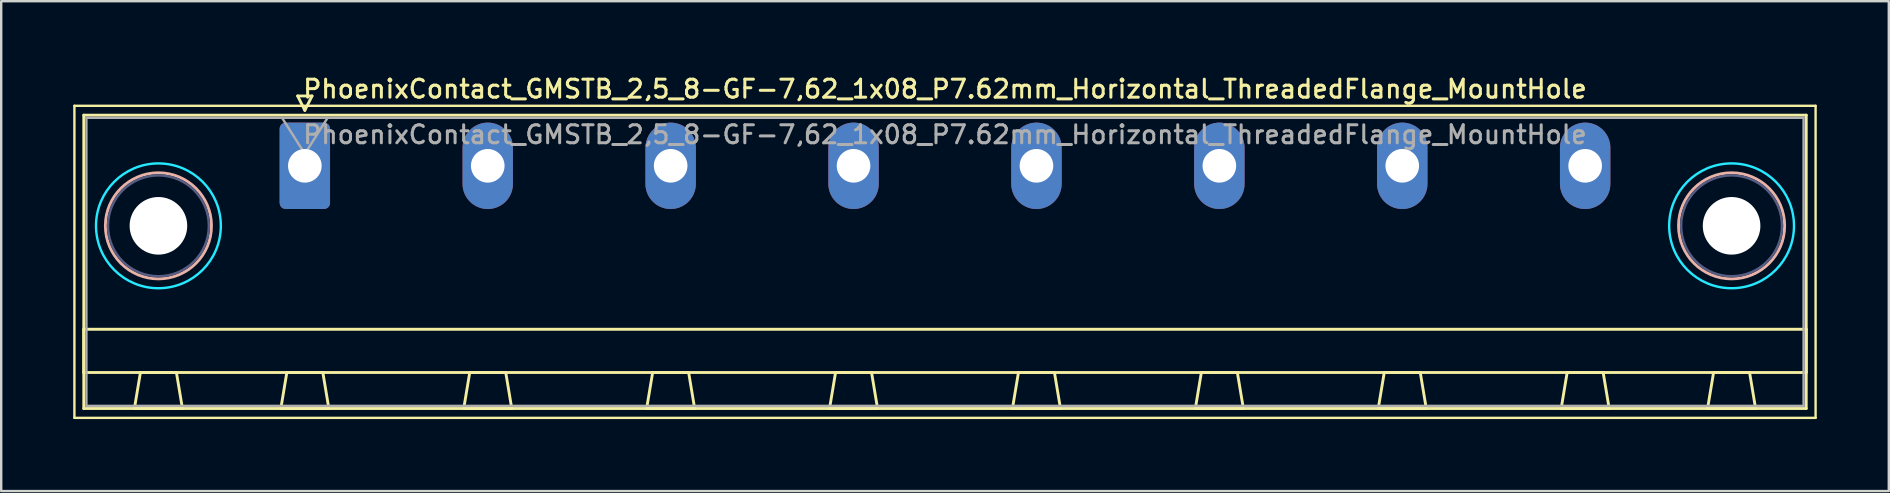
<source format=kicad_pcb>
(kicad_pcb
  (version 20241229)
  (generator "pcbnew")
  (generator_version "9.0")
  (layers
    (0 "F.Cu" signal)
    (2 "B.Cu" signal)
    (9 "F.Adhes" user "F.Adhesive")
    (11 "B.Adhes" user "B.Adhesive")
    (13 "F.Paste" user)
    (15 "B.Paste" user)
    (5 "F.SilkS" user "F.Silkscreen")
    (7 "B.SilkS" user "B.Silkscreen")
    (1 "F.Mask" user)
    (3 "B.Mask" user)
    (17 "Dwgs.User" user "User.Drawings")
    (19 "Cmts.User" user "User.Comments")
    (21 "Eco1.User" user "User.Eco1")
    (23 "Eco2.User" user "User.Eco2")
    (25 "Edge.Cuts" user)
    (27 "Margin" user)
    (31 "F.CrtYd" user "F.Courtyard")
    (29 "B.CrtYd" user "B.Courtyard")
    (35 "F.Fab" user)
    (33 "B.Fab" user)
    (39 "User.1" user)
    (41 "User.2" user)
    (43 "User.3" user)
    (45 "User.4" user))
  (footprint "PhoenixContact_GMSTB_2,5_8-GF-7,62_1x08_P7.62mm_Horizontal_ThreadedFlange_MountHole"
    (layer "F.Cu")
    (at 9.65 3.858)
    (property "Reference" "PhoenixContact_GMSTB_2,5_8-GF-7,62_1x08_P7.62mm_Horizontal_ThreadedFlange_MountHole" (at 26.67 -3.2 0) (layer "F.SilkS") (effects (font (size 0.75 0.75) (thickness 0.125))))
    (attr through_hole)
    (fp_line (start -9.6 -2.5) (end -9.6 10.5) (stroke (width 0.1) (type solid)) (layer "F.SilkS"))
    (fp_line (start -9.6 10.5) (end 62.94 10.5) (stroke (width 0.1) (type solid)) (layer "F.SilkS"))
    (fp_line (start -9.21 -2.11) (end -9.21 10.11) (stroke (width 0.12) (type solid)) (layer "F.SilkS"))
    (fp_line (start -9.21 6.81) (end 62.55 6.81) (stroke (width 0.12) (type solid)) (layer "F.SilkS"))
    (fp_line (start -9.21 8.61) (end -9.21 6.81) (stroke (width 0.12) (type solid)) (layer "F.SilkS"))
    (fp_line (start -9.21 10.11) (end 62.55 10.11) (stroke (width 0.12) (type solid)) (layer "F.SilkS"))
    (fp_line (start -7.1 10.11) (end -5.1 10.11) (stroke (width 0.12) (type solid)) (layer "F.SilkS"))
    (fp_line (start -6.85 8.61) (end -7.1 10.11) (stroke (width 0.12) (type solid)) (layer "F.SilkS"))
    (fp_line (start -5.35 8.61) (end -6.85 8.61) (stroke (width 0.12) (type solid)) (layer "F.SilkS"))
    (fp_line (start -5.1 10.11) (end -5.35 8.61) (stroke (width 0.12) (type solid)) (layer "F.SilkS"))
    (fp_line (start -1 10.11) (end 1 10.11) (stroke (width 0.12) (type solid)) (layer "F.SilkS"))
    (fp_line (start -0.75 8.61) (end -1 10.11) (stroke (width 0.12) (type solid)) (layer "F.SilkS"))
    (fp_line (start -0.3 -2.91) (end 0.3 -2.91) (stroke (width 0.12) (type solid)) (layer "F.SilkS"))
    (fp_line (start 0 -2.31) (end -0.3 -2.91) (stroke (width 0.12) (type solid)) (layer "F.SilkS"))
    (fp_line (start 0.3 -2.91) (end 0 -2.31) (stroke (width 0.12) (type solid)) (layer "F.SilkS"))
    (fp_line (start 0.75 8.61) (end -0.75 8.61) (stroke (width 0.12) (type solid)) (layer "F.SilkS"))
    (fp_line (start 1 10.11) (end 0.75 8.61) (stroke (width 0.12) (type solid)) (layer "F.SilkS"))
    (fp_line (start 6.62 10.11) (end 8.62 10.11) (stroke (width 0.12) (type solid)) (layer "F.SilkS"))
    (fp_line (start 6.87 8.61) (end 6.62 10.11) (stroke (width 0.12) (type solid)) (layer "F.SilkS"))
    (fp_line (start 8.37 8.61) (end 6.87 8.61) (stroke (width 0.12) (type solid)) (layer "F.SilkS"))
    (fp_line (start 8.62 10.11) (end 8.37 8.61) (stroke (width 0.12) (type solid)) (layer "F.SilkS"))
    (fp_line (start 14.24 10.11) (end 16.24 10.11) (stroke (width 0.12) (type solid)) (layer "F.SilkS"))
    (fp_line (start 14.49 8.61) (end 14.24 10.11) (stroke (width 0.12) (type solid)) (layer "F.SilkS"))
    (fp_line (start 15.99 8.61) (end 14.49 8.61) (stroke (width 0.12) (type solid)) (layer "F.SilkS"))
    (fp_line (start 16.24 10.11) (end 15.99 8.61) (stroke (width 0.12) (type solid)) (layer "F.SilkS"))
    (fp_line (start 21.86 10.11) (end 23.86 10.11) (stroke (width 0.12) (type solid)) (layer "F.SilkS"))
    (fp_line (start 22.11 8.61) (end 21.86 10.11) (stroke (width 0.12) (type solid)) (layer "F.SilkS"))
    (fp_line (start 23.61 8.61) (end 22.11 8.61) (stroke (width 0.12) (type solid)) (layer "F.SilkS"))
    (fp_line (start 23.86 10.11) (end 23.61 8.61) (stroke (width 0.12) (type solid)) (layer "F.SilkS"))
    (fp_line (start 29.48 10.11) (end 31.48 10.11) (stroke (width 0.12) (type solid)) (layer "F.SilkS"))
    (fp_line (start 29.73 8.61) (end 29.48 10.11) (stroke (width 0.12) (type solid)) (layer "F.SilkS"))
    (fp_line (start 31.23 8.61) (end 29.73 8.61) (stroke (width 0.12) (type solid)) (layer "F.SilkS"))
    (fp_line (start 31.48 10.11) (end 31.23 8.61) (stroke (width 0.12) (type solid)) (layer "F.SilkS"))
    (fp_line (start 37.1 10.11) (end 39.1 10.11) (stroke (width 0.12) (type solid)) (layer "F.SilkS"))
    (fp_line (start 37.35 8.61) (end 37.1 10.11) (stroke (width 0.12) (type solid)) (layer "F.SilkS"))
    (fp_line (start 38.85 8.61) (end 37.35 8.61) (stroke (width 0.12) (type solid)) (layer "F.SilkS"))
    (fp_line (start 39.1 10.11) (end 38.85 8.61) (stroke (width 0.12) (type solid)) (layer "F.SilkS"))
    (fp_line (start 44.72 10.11) (end 46.72 10.11) (stroke (width 0.12) (type solid)) (layer "F.SilkS"))
    (fp_line (start 44.97 8.61) (end 44.72 10.11) (stroke (width 0.12) (type solid)) (layer "F.SilkS"))
    (fp_line (start 46.47 8.61) (end 44.97 8.61) (stroke (width 0.12) (type solid)) (layer "F.SilkS"))
    (fp_line (start 46.72 10.11) (end 46.47 8.61) (stroke (width 0.12) (type solid)) (layer "F.SilkS"))
    (fp_line (start 52.34 10.11) (end 54.34 10.11) (stroke (width 0.12) (type solid)) (layer "F.SilkS"))
    (fp_line (start 52.59 8.61) (end 52.34 10.11) (stroke (width 0.12) (type solid)) (layer "F.SilkS"))
    (fp_line (start 54.09 8.61) (end 52.59 8.61) (stroke (width 0.12) (type solid)) (layer "F.SilkS"))
    (fp_line (start 54.34 10.11) (end 54.09 8.61) (stroke (width 0.12) (type solid)) (layer "F.SilkS"))
    (fp_line (start 58.44 10.11) (end 60.44 10.11) (stroke (width 0.12) (type solid)) (layer "F.SilkS"))
    (fp_line (start 58.69 8.61) (end 58.44 10.11) (stroke (width 0.12) (type solid)) (layer "F.SilkS"))
    (fp_line (start 60.19 8.61) (end 58.69 8.61) (stroke (width 0.12) (type solid)) (layer "F.SilkS"))
    (fp_line (start 60.44 10.11) (end 60.19 8.61) (stroke (width 0.12) (type solid)) (layer "F.SilkS"))
    (fp_line (start 62.55 -2.11) (end -9.21 -2.11) (stroke (width 0.12) (type solid)) (layer "F.SilkS"))
    (fp_line (start 62.55 6.81) (end 62.55 8.61) (stroke (width 0.12) (type solid)) (layer "F.SilkS"))
    (fp_line (start 62.55 8.61) (end -9.21 8.61) (stroke (width 0.12) (type solid)) (layer "F.SilkS"))
    (fp_line (start 62.55 10.11) (end 62.55 -2.11) (stroke (width 0.12) (type solid)) (layer "F.SilkS"))
    (fp_line (start 62.94 -2.5) (end -9.6 -2.5) (stroke (width 0.1) (type solid)) (layer "F.SilkS"))
    (fp_line (start 62.94 10.5) (end 62.94 -2.5) (stroke (width 0.1) (type solid)) (layer "F.SilkS"))
    (fp_circle (center -6.1 2.5) (end -3.89 2.5) (stroke (width 0.12) (type solid)) (fill no) (layer "B.SilkS"))
    (fp_circle (center 59.44 2.5) (end 61.65 2.5) (stroke (width 0.12) (type solid)) (fill no) (layer "B.SilkS"))
    (fp_circle (center -6.1 2.5) (end -3.5 2.5) (stroke (width 0.1) (type solid)) (fill no) (layer "B.CrtYd"))
    (fp_circle (center 59.44 2.5) (end 62.04 2.5) (stroke (width 0.1) (type solid)) (fill no) (layer "B.CrtYd"))
    (fp_circle (center -6.1 2.5) (end -4 2.5) (stroke (width 0.1) (type solid)) (fill no) (layer "B.Fab"))
    (fp_circle (center 59.44 2.5) (end 61.54 2.5) (stroke (width 0.1) (type solid)) (fill no) (layer "B.Fab"))
    (fp_line (start -9.1 -2) (end -9.1 10) (stroke (width 0.1) (type solid)) (layer "F.Fab"))
    (fp_line (start -9.1 10) (end 62.44 10) (stroke (width 0.1) (type solid)) (layer "F.Fab"))
    (fp_line (start 0 -0.5) (end -0.95 -2) (stroke (width 0.1) (type solid)) (layer "F.Fab"))
    (fp_line (start 0.95 -2) (end 0 -0.5) (stroke (width 0.1) (type solid)) (layer "F.Fab"))
    (fp_line (start 62.44 -2) (end -9.1 -2) (stroke (width 0.1) (type solid)) (layer "F.Fab"))
    (fp_line (start 62.44 10) (end 62.44 -2) (stroke (width 0.1) (type solid)) (layer "F.Fab"))
    (fp_text user "${REFERENCE}" (at 26.67 -1.3 0) (layer "F.Fab") (effects (font (size 0.75 0.75) (thickness 0.125))))
    (pad "" np_thru_hole circle (at -6.1 2.5) (size 2.4 2.4) (drill 2.4) (layers "*.Cu" "*.Mask"))
    (pad "" np_thru_hole circle (at 59.44 2.5) (size 2.4 2.4) (drill 2.4) (layers "*.Cu" "*.Mask"))
    (pad "1" thru_hole roundrect (at 0 0) (size 2.1 3.6) (drill 1.4) (layers "*.Cu" "*.Mask") (roundrect_rratio 0.119))
    (pad "2" thru_hole oval (at 7.62 0) (size 2.1 3.6) (drill 1.4) (layers "*.Cu" "*.Mask"))
    (pad "3" thru_hole oval (at 15.24 0) (size 2.1 3.6) (drill 1.4) (layers "*.Cu" "*.Mask"))
    (pad "4" thru_hole oval (at 22.86 0) (size 2.1 3.6) (drill 1.4) (layers "*.Cu" "*.Mask"))
    (pad "5" thru_hole oval (at 30.48 0) (size 2.1 3.6) (drill 1.4) (layers "*.Cu" "*.Mask"))
    (pad "6" thru_hole oval (at 38.1 0) (size 2.1 3.6) (drill 1.4) (layers "*.Cu" "*.Mask"))
    (pad "7" thru_hole oval (at 45.72 0) (size 2.1 3.6) (drill 1.4) (layers "*.Cu" "*.Mask"))
    (pad "8" thru_hole oval (at 53.34 0) (size 2.1 3.6) (drill 1.4) (layers "*.Cu" "*.Mask")))
  (gr_rect
    (start -3 -3)
    (end 75.64 17.408)
    (stroke (width 0.1) (type default))
    (fill no)
    (layer "Edge.Cuts")))
</source>
